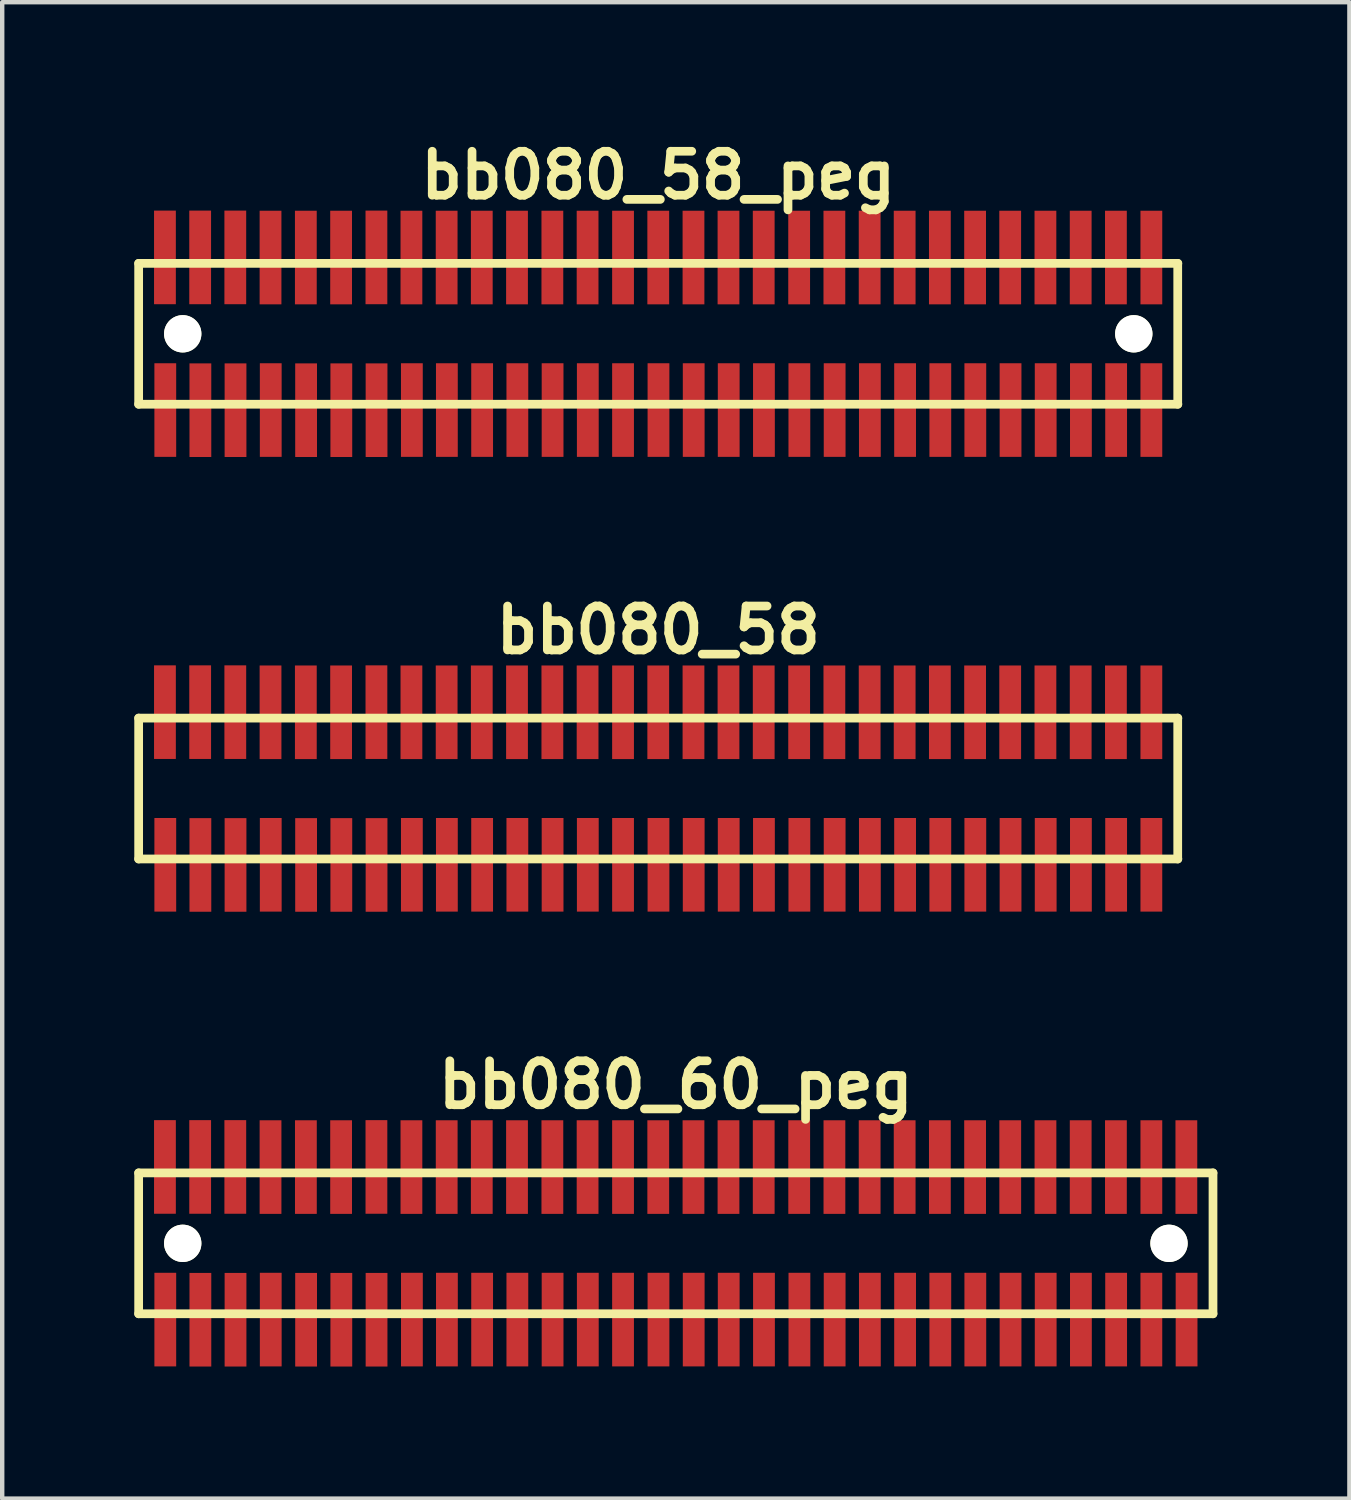
<source format=kicad_pcb>
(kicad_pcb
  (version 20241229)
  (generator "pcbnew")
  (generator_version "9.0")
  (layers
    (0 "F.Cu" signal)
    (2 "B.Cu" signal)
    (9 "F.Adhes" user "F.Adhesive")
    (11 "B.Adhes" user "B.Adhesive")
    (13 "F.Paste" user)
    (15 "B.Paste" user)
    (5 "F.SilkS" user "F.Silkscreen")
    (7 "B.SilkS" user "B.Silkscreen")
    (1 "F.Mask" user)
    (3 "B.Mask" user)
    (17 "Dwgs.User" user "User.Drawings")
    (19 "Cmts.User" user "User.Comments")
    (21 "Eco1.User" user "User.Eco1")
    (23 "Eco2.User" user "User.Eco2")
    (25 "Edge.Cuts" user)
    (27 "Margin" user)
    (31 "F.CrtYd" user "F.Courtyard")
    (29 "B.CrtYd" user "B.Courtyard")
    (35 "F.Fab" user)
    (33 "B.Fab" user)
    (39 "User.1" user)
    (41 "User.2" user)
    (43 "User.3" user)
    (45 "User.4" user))
  (footprint "bb080_58"
    (layer "F.Cu")
    (at 11.9 14.859)
    (property "Reference" "bb080_58" (at 0 -3.599 0) (layer "F.SilkS") (effects (font (size 0.998 0.998) (thickness 0.198))))
    (attr through_hole)
    (fp_line (start -11.801 -1.6) (end -11.801 1.6) (stroke (width 0.198) (type solid)) (layer "F.SilkS"))
    (fp_line (start -11.801 1.6) (end 11.801 1.6) (stroke (width 0.198) (type solid)) (layer "F.SilkS"))
    (fp_line (start 11.798 1.6) (end 11.798 -1.6) (stroke (width 0.198) (type solid)) (layer "F.SilkS"))
    (fp_line (start 11.801 -1.6) (end -11.801 -1.6) (stroke (width 0.198) (type solid)) (layer "F.SilkS"))
    (pad "1" smd rect (at -11.196 1.732) (size 0.495 2.126) (layers "F.Cu" "F.Mask" "F.Paste"))
    (pad "2" smd rect (at -11.204 -1.735) (size 0.495 2.126) (layers "F.Cu" "F.Mask" "F.Paste"))
    (pad "3" smd rect (at -10.399 1.735) (size 0.495 2.126) (layers "F.Cu" "F.Mask" "F.Paste"))
    (pad "4" smd rect (at -10.404 -1.735) (size 0.495 2.126) (layers "F.Cu" "F.Mask" "F.Paste"))
    (pad "5" smd rect (at -9.601 1.735) (size 0.495 2.126) (layers "F.Cu" "F.Mask" "F.Paste"))
    (pad "6" smd rect (at -9.606 -1.735) (size 0.495 2.126) (layers "F.Cu" "F.Mask" "F.Paste"))
    (pad "7" smd rect (at -8.801 1.732) (size 0.495 2.126) (layers "F.Cu" "F.Mask" "F.Paste"))
    (pad "8" smd rect (at -8.806 -1.732) (size 0.495 2.126) (layers "F.Cu" "F.Mask" "F.Paste"))
    (pad "9" smd rect (at -7.998 1.735) (size 0.495 2.126) (layers "F.Cu" "F.Mask" "F.Paste"))
    (pad "10" smd rect (at -8.004 -1.732) (size 0.495 2.126) (layers "F.Cu" "F.Mask" "F.Paste"))
    (pad "11" smd rect (at -7.198 1.735) (size 0.495 2.126) (layers "F.Cu" "F.Mask" "F.Paste"))
    (pad "12" smd rect (at -7.203 -1.732) (size 0.495 2.126) (layers "F.Cu" "F.Mask" "F.Paste"))
    (pad "13" smd rect (at -6.398 1.735) (size 0.495 2.126) (layers "F.Cu" "F.Mask" "F.Paste"))
    (pad "14" smd rect (at -6.401 -1.735) (size 0.495 2.126) (layers "F.Cu" "F.Mask" "F.Paste"))
    (pad "15" smd rect (at -5.596 1.732) (size 0.495 2.126) (layers "F.Cu" "F.Mask" "F.Paste"))
    (pad "16" smd rect (at -5.606 -1.732) (size 0.495 2.126) (layers "F.Cu" "F.Mask" "F.Paste"))
    (pad "17" smd rect (at -4.801 1.732) (size 0.495 2.126) (layers "F.Cu" "F.Mask" "F.Paste"))
    (pad "18" smd rect (at -4.806 -1.732) (size 0.495 2.126) (layers "F.Cu" "F.Mask" "F.Paste"))
    (pad "19" smd rect (at -4 1.732) (size 0.495 2.126) (layers "F.Cu" "F.Mask" "F.Paste"))
    (pad "20" smd rect (at -4.008 -1.732) (size 0.495 2.126) (layers "F.Cu" "F.Mask" "F.Paste"))
    (pad "21" smd rect (at -3.2 1.732) (size 0.495 2.126) (layers "F.Cu" "F.Mask" "F.Paste"))
    (pad "22" smd rect (at -3.208 -1.732) (size 0.495 2.126) (layers "F.Cu" "F.Mask" "F.Paste"))
    (pad "23" smd rect (at -2.4 1.732) (size 0.495 2.126) (layers "F.Cu" "F.Mask" "F.Paste"))
    (pad "24" smd rect (at -2.405 -1.732) (size 0.495 2.126) (layers "F.Cu" "F.Mask" "F.Paste"))
    (pad "25" smd rect (at -1.6 1.732) (size 0.495 2.126) (layers "F.Cu" "F.Mask" "F.Paste"))
    (pad "26" smd rect (at -1.605 -1.732) (size 0.495 2.126) (layers "F.Cu" "F.Mask" "F.Paste"))
    (pad "27" smd rect (at -0.8 1.732) (size 0.495 2.126) (layers "F.Cu" "F.Mask" "F.Paste"))
    (pad "28" smd rect (at -0.8 -1.732) (size 0.495 2.126) (layers "F.Cu" "F.Mask" "F.Paste"))
    (pad "29" smd rect (at 0.005 1.732) (size 0.495 2.126) (layers "F.Cu" "F.Mask" "F.Paste"))
    (pad "30" smd rect (at 0 -1.732) (size 0.495 2.126) (layers "F.Cu" "F.Mask" "F.Paste"))
    (pad "31" smd rect (at 0.805 1.732) (size 0.495 2.126) (layers "F.Cu" "F.Mask" "F.Paste"))
    (pad "32" smd rect (at 0.8 -1.732) (size 0.495 2.126) (layers "F.Cu" "F.Mask" "F.Paste"))
    (pad "33" smd rect (at 1.6 1.732) (size 0.495 2.126) (layers "F.Cu" "F.Mask" "F.Paste"))
    (pad "34" smd rect (at 1.595 -1.732) (size 0.495 2.126) (layers "F.Cu" "F.Mask" "F.Paste"))
    (pad "35" smd rect (at 2.4 1.732) (size 0.495 2.126) (layers "F.Cu" "F.Mask" "F.Paste"))
    (pad "36" smd rect (at 2.395 -1.732) (size 0.495 2.126) (layers "F.Cu" "F.Mask" "F.Paste"))
    (pad "37" smd rect (at 3.205 1.732) (size 0.495 2.126) (layers "F.Cu" "F.Mask" "F.Paste"))
    (pad "38" smd rect (at 3.2 -1.732) (size 0.495 2.126) (layers "F.Cu" "F.Mask" "F.Paste"))
    (pad "39" smd rect (at 4.006 1.732) (size 0.495 2.126) (layers "F.Cu" "F.Mask" "F.Paste"))
    (pad "40" smd rect (at 4 -1.732) (size 0.495 2.126) (layers "F.Cu" "F.Mask" "F.Paste"))
    (pad "41" smd rect (at 4.806 1.732) (size 0.495 2.126) (layers "F.Cu" "F.Mask" "F.Paste"))
    (pad "42" smd rect (at 4.801 -1.732) (size 0.495 2.126) (layers "F.Cu" "F.Mask" "F.Paste"))
    (pad "43" smd rect (at 5.606 1.732) (size 0.495 2.126) (layers "F.Cu" "F.Mask" "F.Paste"))
    (pad "44" smd rect (at 5.596 -1.732) (size 0.495 2.126) (layers "F.Cu" "F.Mask" "F.Paste"))
    (pad "45" smd rect (at 6.406 1.732) (size 0.495 2.126) (layers "F.Cu" "F.Mask" "F.Paste"))
    (pad "46" smd rect (at 6.396 -1.732) (size 0.495 2.126) (layers "F.Cu" "F.Mask" "F.Paste"))
    (pad "47" smd rect (at 7.201 1.732) (size 0.495 2.126) (layers "F.Cu" "F.Mask" "F.Paste"))
    (pad "48" smd rect (at 7.196 -1.732) (size 0.495 2.126) (layers "F.Cu" "F.Mask" "F.Paste"))
    (pad "49" smd rect (at 8.001 1.732) (size 0.495 2.126) (layers "F.Cu" "F.Mask" "F.Paste"))
    (pad "50" smd rect (at 7.993 -1.732) (size 0.495 2.126) (layers "F.Cu" "F.Mask" "F.Paste"))
    (pad "51" smd rect (at 8.799 1.732) (size 0.495 2.126) (layers "F.Cu" "F.Mask" "F.Paste"))
    (pad "52" smd rect (at 8.793 -1.732) (size 0.495 2.126) (layers "F.Cu" "F.Mask" "F.Paste"))
    (pad "53" smd rect (at 9.599 1.732) (size 0.495 2.126) (layers "F.Cu" "F.Mask" "F.Paste"))
    (pad "54" smd rect (at 9.594 -1.732) (size 0.495 2.126) (layers "F.Cu" "F.Mask" "F.Paste"))
    (pad "55" smd rect (at 10.399 1.732) (size 0.495 2.126) (layers "F.Cu" "F.Mask" "F.Paste"))
    (pad "56" smd rect (at 10.394 -1.732) (size 0.495 2.126) (layers "F.Cu" "F.Mask" "F.Paste"))
    (pad "57" smd rect (at 11.199 1.732) (size 0.495 2.126) (layers "F.Cu" "F.Mask" "F.Paste"))
    (pad "58" smd rect (at 11.199 -1.732) (size 0.495 2.126) (layers "F.Cu" "F.Mask" "F.Paste")))
  (footprint "bb080_58_peg"
    (layer "F.Cu")
    (at 11.9 4.531)
    (property "Reference" "bb080_58_peg" (at 0 -3.599 0) (layer "F.SilkS") (effects (font (size 0.998 0.998) (thickness 0.198))))
    (attr through_hole)
    (fp_line (start -11.801 -1.6) (end -11.801 1.6) (stroke (width 0.198) (type solid)) (layer "F.SilkS"))
    (fp_line (start -11.801 1.6) (end 11.801 1.6) (stroke (width 0.198) (type solid)) (layer "F.SilkS"))
    (fp_line (start 11.798 1.6) (end 11.798 -1.6) (stroke (width 0.198) (type solid)) (layer "F.SilkS"))
    (fp_line (start 11.801 -1.6) (end -11.801 -1.6) (stroke (width 0.198) (type solid)) (layer "F.SilkS"))
    (pad "" np_thru_hole circle (at -10.8 0) (size 0.848 0.848) (drill 0.848) (layers "*.Cu" "*.Mask" "F.SilkS"))
    (pad "" np_thru_hole circle (at 10.8 0) (size 0.848 0.848) (drill 0.848) (layers "*.Cu" "*.Mask" "F.SilkS"))
    (pad "1" smd rect (at -11.196 1.732) (size 0.495 2.126) (layers "F.Cu" "F.Mask" "F.Paste"))
    (pad "2" smd rect (at -11.204 -1.735) (size 0.495 2.126) (layers "F.Cu" "F.Mask" "F.Paste"))
    (pad "3" smd rect (at -10.399 1.735) (size 0.495 2.126) (layers "F.Cu" "F.Mask" "F.Paste"))
    (pad "4" smd rect (at -10.404 -1.735) (size 0.495 2.126) (layers "F.Cu" "F.Mask" "F.Paste"))
    (pad "5" smd rect (at -9.601 1.735) (size 0.495 2.126) (layers "F.Cu" "F.Mask" "F.Paste"))
    (pad "6" smd rect (at -9.606 -1.735) (size 0.495 2.126) (layers "F.Cu" "F.Mask" "F.Paste"))
    (pad "7" smd rect (at -8.801 1.732) (size 0.495 2.126) (layers "F.Cu" "F.Mask" "F.Paste"))
    (pad "8" smd rect (at -8.806 -1.732) (size 0.495 2.126) (layers "F.Cu" "F.Mask" "F.Paste"))
    (pad "9" smd rect (at -7.998 1.735) (size 0.495 2.126) (layers "F.Cu" "F.Mask" "F.Paste"))
    (pad "10" smd rect (at -8.004 -1.732) (size 0.495 2.126) (layers "F.Cu" "F.Mask" "F.Paste"))
    (pad "11" smd rect (at -7.198 1.735) (size 0.495 2.126) (layers "F.Cu" "F.Mask" "F.Paste"))
    (pad "12" smd rect (at -7.203 -1.732) (size 0.495 2.126) (layers "F.Cu" "F.Mask" "F.Paste"))
    (pad "13" smd rect (at -6.398 1.735) (size 0.495 2.126) (layers "F.Cu" "F.Mask" "F.Paste"))
    (pad "14" smd rect (at -6.401 -1.735) (size 0.495 2.126) (layers "F.Cu" "F.Mask" "F.Paste"))
    (pad "15" smd rect (at -5.596 1.732) (size 0.495 2.126) (layers "F.Cu" "F.Mask" "F.Paste"))
    (pad "16" smd rect (at -5.606 -1.732) (size 0.495 2.126) (layers "F.Cu" "F.Mask" "F.Paste"))
    (pad "17" smd rect (at -4.801 1.732) (size 0.495 2.126) (layers "F.Cu" "F.Mask" "F.Paste"))
    (pad "18" smd rect (at -4.806 -1.732) (size 0.495 2.126) (layers "F.Cu" "F.Mask" "F.Paste"))
    (pad "19" smd rect (at -4 1.732) (size 0.495 2.126) (layers "F.Cu" "F.Mask" "F.Paste"))
    (pad "20" smd rect (at -4.008 -1.732) (size 0.495 2.126) (layers "F.Cu" "F.Mask" "F.Paste"))
    (pad "21" smd rect (at -3.2 1.732) (size 0.495 2.126) (layers "F.Cu" "F.Mask" "F.Paste"))
    (pad "22" smd rect (at -3.208 -1.732) (size 0.495 2.126) (layers "F.Cu" "F.Mask" "F.Paste"))
    (pad "23" smd rect (at -2.4 1.732) (size 0.495 2.126) (layers "F.Cu" "F.Mask" "F.Paste"))
    (pad "24" smd rect (at -2.405 -1.732) (size 0.495 2.126) (layers "F.Cu" "F.Mask" "F.Paste"))
    (pad "25" smd rect (at -1.6 1.732) (size 0.495 2.126) (layers "F.Cu" "F.Mask" "F.Paste"))
    (pad "26" smd rect (at -1.605 -1.732) (size 0.495 2.126) (layers "F.Cu" "F.Mask" "F.Paste"))
    (pad "27" smd rect (at -0.8 1.732) (size 0.495 2.126) (layers "F.Cu" "F.Mask" "F.Paste"))
    (pad "28" smd rect (at -0.8 -1.732) (size 0.495 2.126) (layers "F.Cu" "F.Mask" "F.Paste"))
    (pad "29" smd rect (at 0.005 1.732) (size 0.495 2.126) (layers "F.Cu" "F.Mask" "F.Paste"))
    (pad "30" smd rect (at 0 -1.732) (size 0.495 2.126) (layers "F.Cu" "F.Mask" "F.Paste"))
    (pad "31" smd rect (at 0.805 1.732) (size 0.495 2.126) (layers "F.Cu" "F.Mask" "F.Paste"))
    (pad "32" smd rect (at 0.8 -1.732) (size 0.495 2.126) (layers "F.Cu" "F.Mask" "F.Paste"))
    (pad "33" smd rect (at 1.6 1.732) (size 0.495 2.126) (layers "F.Cu" "F.Mask" "F.Paste"))
    (pad "34" smd rect (at 1.595 -1.732) (size 0.495 2.126) (layers "F.Cu" "F.Mask" "F.Paste"))
    (pad "35" smd rect (at 2.4 1.732) (size 0.495 2.126) (layers "F.Cu" "F.Mask" "F.Paste"))
    (pad "36" smd rect (at 2.395 -1.732) (size 0.495 2.126) (layers "F.Cu" "F.Mask" "F.Paste"))
    (pad "37" smd rect (at 3.205 1.732) (size 0.495 2.126) (layers "F.Cu" "F.Mask" "F.Paste"))
    (pad "38" smd rect (at 3.2 -1.732) (size 0.495 2.126) (layers "F.Cu" "F.Mask" "F.Paste"))
    (pad "39" smd rect (at 4.006 1.732) (size 0.495 2.126) (layers "F.Cu" "F.Mask" "F.Paste"))
    (pad "40" smd rect (at 4 -1.732) (size 0.495 2.126) (layers "F.Cu" "F.Mask" "F.Paste"))
    (pad "41" smd rect (at 4.806 1.732) (size 0.495 2.126) (layers "F.Cu" "F.Mask" "F.Paste"))
    (pad "42" smd rect (at 4.801 -1.732) (size 0.495 2.126) (layers "F.Cu" "F.Mask" "F.Paste"))
    (pad "43" smd rect (at 5.606 1.732) (size 0.495 2.126) (layers "F.Cu" "F.Mask" "F.Paste"))
    (pad "44" smd rect (at 5.596 -1.732) (size 0.495 2.126) (layers "F.Cu" "F.Mask" "F.Paste"))
    (pad "45" smd rect (at 6.406 1.732) (size 0.495 2.126) (layers "F.Cu" "F.Mask" "F.Paste"))
    (pad "46" smd rect (at 6.396 -1.732) (size 0.495 2.126) (layers "F.Cu" "F.Mask" "F.Paste"))
    (pad "47" smd rect (at 7.201 1.732) (size 0.495 2.126) (layers "F.Cu" "F.Mask" "F.Paste"))
    (pad "48" smd rect (at 7.196 -1.732) (size 0.495 2.126) (layers "F.Cu" "F.Mask" "F.Paste"))
    (pad "49" smd rect (at 8.001 1.732) (size 0.495 2.126) (layers "F.Cu" "F.Mask" "F.Paste"))
    (pad "50" smd rect (at 7.993 -1.732) (size 0.495 2.126) (layers "F.Cu" "F.Mask" "F.Paste"))
    (pad "51" smd rect (at 8.799 1.732) (size 0.495 2.126) (layers "F.Cu" "F.Mask" "F.Paste"))
    (pad "52" smd rect (at 8.793 -1.732) (size 0.495 2.126) (layers "F.Cu" "F.Mask" "F.Paste"))
    (pad "53" smd rect (at 9.599 1.732) (size 0.495 2.126) (layers "F.Cu" "F.Mask" "F.Paste"))
    (pad "54" smd rect (at 9.594 -1.732) (size 0.495 2.126) (layers "F.Cu" "F.Mask" "F.Paste"))
    (pad "55" smd rect (at 10.399 1.732) (size 0.495 2.126) (layers "F.Cu" "F.Mask" "F.Paste"))
    (pad "56" smd rect (at 10.394 -1.732) (size 0.495 2.126) (layers "F.Cu" "F.Mask" "F.Paste"))
    (pad "57" smd rect (at 11.199 1.732) (size 0.495 2.126) (layers "F.Cu" "F.Mask" "F.Paste"))
    (pad "58" smd rect (at 11.199 -1.732) (size 0.495 2.126) (layers "F.Cu" "F.Mask" "F.Paste")))
  (footprint "bb080_60_peg"
    (layer "F.Cu")
    (at 12.299 25.188)
    (property "Reference" "bb080_60_peg" (at 0 -3.599 0) (layer "F.SilkS") (effects (font (size 0.998 0.998) (thickness 0.198))))
    (attr through_hole)
    (fp_line (start -12.2 -1.6) (end -12.2 1.6) (stroke (width 0.198) (type solid)) (layer "F.SilkS"))
    (fp_line (start -12.2 1.6) (end 12.2 1.6) (stroke (width 0.198) (type solid)) (layer "F.SilkS"))
    (fp_line (start 12.2 -1.6) (end -12.2 -1.6) (stroke (width 0.198) (type solid)) (layer "F.SilkS"))
    (fp_line (start 12.2 1.6) (end 12.2 -1.6) (stroke (width 0.198) (type solid)) (layer "F.SilkS"))
    (pad "" np_thru_hole circle (at -11.199 0) (size 0.848 0.848) (drill 0.848) (layers "*.Cu" "*.Mask" "F.SilkS"))
    (pad "" np_thru_hole circle (at 11.201 0) (size 0.848 0.848) (drill 0.848) (layers "*.Cu" "*.Mask" "F.SilkS"))
    (pad "1" smd rect (at -11.595 1.732) (size 0.495 2.126) (layers "F.Cu" "F.Mask" "F.Paste"))
    (pad "2" smd rect (at -11.603 -1.735) (size 0.495 2.126) (layers "F.Cu" "F.Mask" "F.Paste"))
    (pad "3" smd rect (at -10.798 1.735) (size 0.495 2.126) (layers "F.Cu" "F.Mask" "F.Paste"))
    (pad "4" smd rect (at -10.803 -1.735) (size 0.495 2.126) (layers "F.Cu" "F.Mask" "F.Paste"))
    (pad "5" smd rect (at -10 1.735) (size 0.495 2.126) (layers "F.Cu" "F.Mask" "F.Paste"))
    (pad "6" smd rect (at -10.005 -1.735) (size 0.495 2.126) (layers "F.Cu" "F.Mask" "F.Paste"))
    (pad "7" smd rect (at -9.2 1.732) (size 0.495 2.126) (layers "F.Cu" "F.Mask" "F.Paste"))
    (pad "8" smd rect (at -9.205 -1.732) (size 0.495 2.126) (layers "F.Cu" "F.Mask" "F.Paste"))
    (pad "9" smd rect (at -8.397 1.735) (size 0.495 2.126) (layers "F.Cu" "F.Mask" "F.Paste"))
    (pad "10" smd rect (at -8.402 -1.732) (size 0.495 2.126) (layers "F.Cu" "F.Mask" "F.Paste"))
    (pad "11" smd rect (at -7.597 1.735) (size 0.495 2.126) (layers "F.Cu" "F.Mask" "F.Paste"))
    (pad "12" smd rect (at -7.602 -1.732) (size 0.495 2.126) (layers "F.Cu" "F.Mask" "F.Paste"))
    (pad "13" smd rect (at -6.797 1.735) (size 0.495 2.126) (layers "F.Cu" "F.Mask" "F.Paste"))
    (pad "14" smd rect (at -6.8 -1.735) (size 0.495 2.126) (layers "F.Cu" "F.Mask" "F.Paste"))
    (pad "15" smd rect (at -5.994 1.732) (size 0.495 2.126) (layers "F.Cu" "F.Mask" "F.Paste"))
    (pad "16" smd rect (at -6.005 -1.732) (size 0.495 2.126) (layers "F.Cu" "F.Mask" "F.Paste"))
    (pad "17" smd rect (at -5.199 1.732) (size 0.495 2.126) (layers "F.Cu" "F.Mask" "F.Paste"))
    (pad "18" smd rect (at -5.204 -1.732) (size 0.495 2.126) (layers "F.Cu" "F.Mask" "F.Paste"))
    (pad "19" smd rect (at -4.399 1.732) (size 0.495 2.126) (layers "F.Cu" "F.Mask" "F.Paste"))
    (pad "20" smd rect (at -4.407 -1.732) (size 0.495 2.126) (layers "F.Cu" "F.Mask" "F.Paste"))
    (pad "21" smd rect (at -3.599 1.732) (size 0.495 2.126) (layers "F.Cu" "F.Mask" "F.Paste"))
    (pad "22" smd rect (at -3.607 -1.732) (size 0.495 2.126) (layers "F.Cu" "F.Mask" "F.Paste"))
    (pad "23" smd rect (at -2.799 1.732) (size 0.495 2.126) (layers "F.Cu" "F.Mask" "F.Paste"))
    (pad "24" smd rect (at -2.804 -1.732) (size 0.495 2.126) (layers "F.Cu" "F.Mask" "F.Paste"))
    (pad "25" smd rect (at -1.999 1.732) (size 0.495 2.126) (layers "F.Cu" "F.Mask" "F.Paste"))
    (pad "26" smd rect (at -2.004 -1.732) (size 0.495 2.126) (layers "F.Cu" "F.Mask" "F.Paste"))
    (pad "27" smd rect (at -1.199 1.732) (size 0.495 2.126) (layers "F.Cu" "F.Mask" "F.Paste"))
    (pad "28" smd rect (at -1.199 -1.732) (size 0.495 2.126) (layers "F.Cu" "F.Mask" "F.Paste"))
    (pad "29" smd rect (at -0.394 1.732) (size 0.495 2.126) (layers "F.Cu" "F.Mask" "F.Paste"))
    (pad "30" smd rect (at -0.399 -1.732) (size 0.495 2.126) (layers "F.Cu" "F.Mask" "F.Paste"))
    (pad "31" smd rect (at 0.406 1.732) (size 0.495 2.126) (layers "F.Cu" "F.Mask" "F.Paste"))
    (pad "32" smd rect (at 0.401 -1.732) (size 0.495 2.126) (layers "F.Cu" "F.Mask" "F.Paste"))
    (pad "33" smd rect (at 1.201 1.732) (size 0.495 2.126) (layers "F.Cu" "F.Mask" "F.Paste"))
    (pad "34" smd rect (at 1.196 -1.732) (size 0.495 2.126) (layers "F.Cu" "F.Mask" "F.Paste"))
    (pad "35" smd rect (at 2.002 1.732) (size 0.495 2.126) (layers "F.Cu" "F.Mask" "F.Paste"))
    (pad "36" smd rect (at 1.996 -1.732) (size 0.495 2.126) (layers "F.Cu" "F.Mask" "F.Paste"))
    (pad "37" smd rect (at 2.807 1.732) (size 0.495 2.126) (layers "F.Cu" "F.Mask" "F.Paste"))
    (pad "38" smd rect (at 2.802 -1.732) (size 0.495 2.126) (layers "F.Cu" "F.Mask" "F.Paste"))
    (pad "39" smd rect (at 3.607 1.732) (size 0.495 2.126) (layers "F.Cu" "F.Mask" "F.Paste"))
    (pad "40" smd rect (at 3.602 -1.732) (size 0.495 2.126) (layers "F.Cu" "F.Mask" "F.Paste"))
    (pad "41" smd rect (at 4.407 1.732) (size 0.495 2.126) (layers "F.Cu" "F.Mask" "F.Paste"))
    (pad "42" smd rect (at 4.402 -1.732) (size 0.495 2.126) (layers "F.Cu" "F.Mask" "F.Paste"))
    (pad "43" smd rect (at 5.207 1.732) (size 0.495 2.126) (layers "F.Cu" "F.Mask" "F.Paste"))
    (pad "44" smd rect (at 5.197 -1.732) (size 0.495 2.126) (layers "F.Cu" "F.Mask" "F.Paste"))
    (pad "45" smd rect (at 6.007 1.732) (size 0.495 2.126) (layers "F.Cu" "F.Mask" "F.Paste"))
    (pad "46" smd rect (at 5.997 -1.732) (size 0.495 2.126) (layers "F.Cu" "F.Mask" "F.Paste"))
    (pad "47" smd rect (at 6.802 1.732) (size 0.495 2.126) (layers "F.Cu" "F.Mask" "F.Paste"))
    (pad "48" smd rect (at 6.797 -1.732) (size 0.495 2.126) (layers "F.Cu" "F.Mask" "F.Paste"))
    (pad "49" smd rect (at 7.602 1.732) (size 0.495 2.126) (layers "F.Cu" "F.Mask" "F.Paste"))
    (pad "50" smd rect (at 7.595 -1.732) (size 0.495 2.126) (layers "F.Cu" "F.Mask" "F.Paste"))
    (pad "51" smd rect (at 8.4 1.732) (size 0.495 2.126) (layers "F.Cu" "F.Mask" "F.Paste"))
    (pad "52" smd rect (at 8.395 -1.732) (size 0.495 2.126) (layers "F.Cu" "F.Mask" "F.Paste"))
    (pad "53" smd rect (at 9.2 1.732) (size 0.495 2.126) (layers "F.Cu" "F.Mask" "F.Paste"))
    (pad "54" smd rect (at 9.195 -1.732) (size 0.495 2.126) (layers "F.Cu" "F.Mask" "F.Paste"))
    (pad "55" smd rect (at 10 1.732) (size 0.495 2.126) (layers "F.Cu" "F.Mask" "F.Paste"))
    (pad "56" smd rect (at 9.995 -1.732) (size 0.495 2.126) (layers "F.Cu" "F.Mask" "F.Paste"))
    (pad "57" smd rect (at 10.8 1.732) (size 0.495 2.126) (layers "F.Cu" "F.Mask" "F.Paste"))
    (pad "58" smd rect (at 10.8 -1.732) (size 0.495 2.126) (layers "F.Cu" "F.Mask" "F.Paste"))
    (pad "59" smd rect (at 11.6 1.732) (size 0.495 2.126) (layers "F.Cu" "F.Mask" "F.Paste"))
    (pad "60" smd rect (at 11.595 -1.732) (size 0.495 2.126) (layers "F.Cu" "F.Mask" "F.Paste")))
  (gr_rect
    (start -3 -3)
    (end 27.597 30.986)
    (stroke (width 0.1) (type default))
    (fill no)
    (layer "Edge.Cuts")))
</source>
